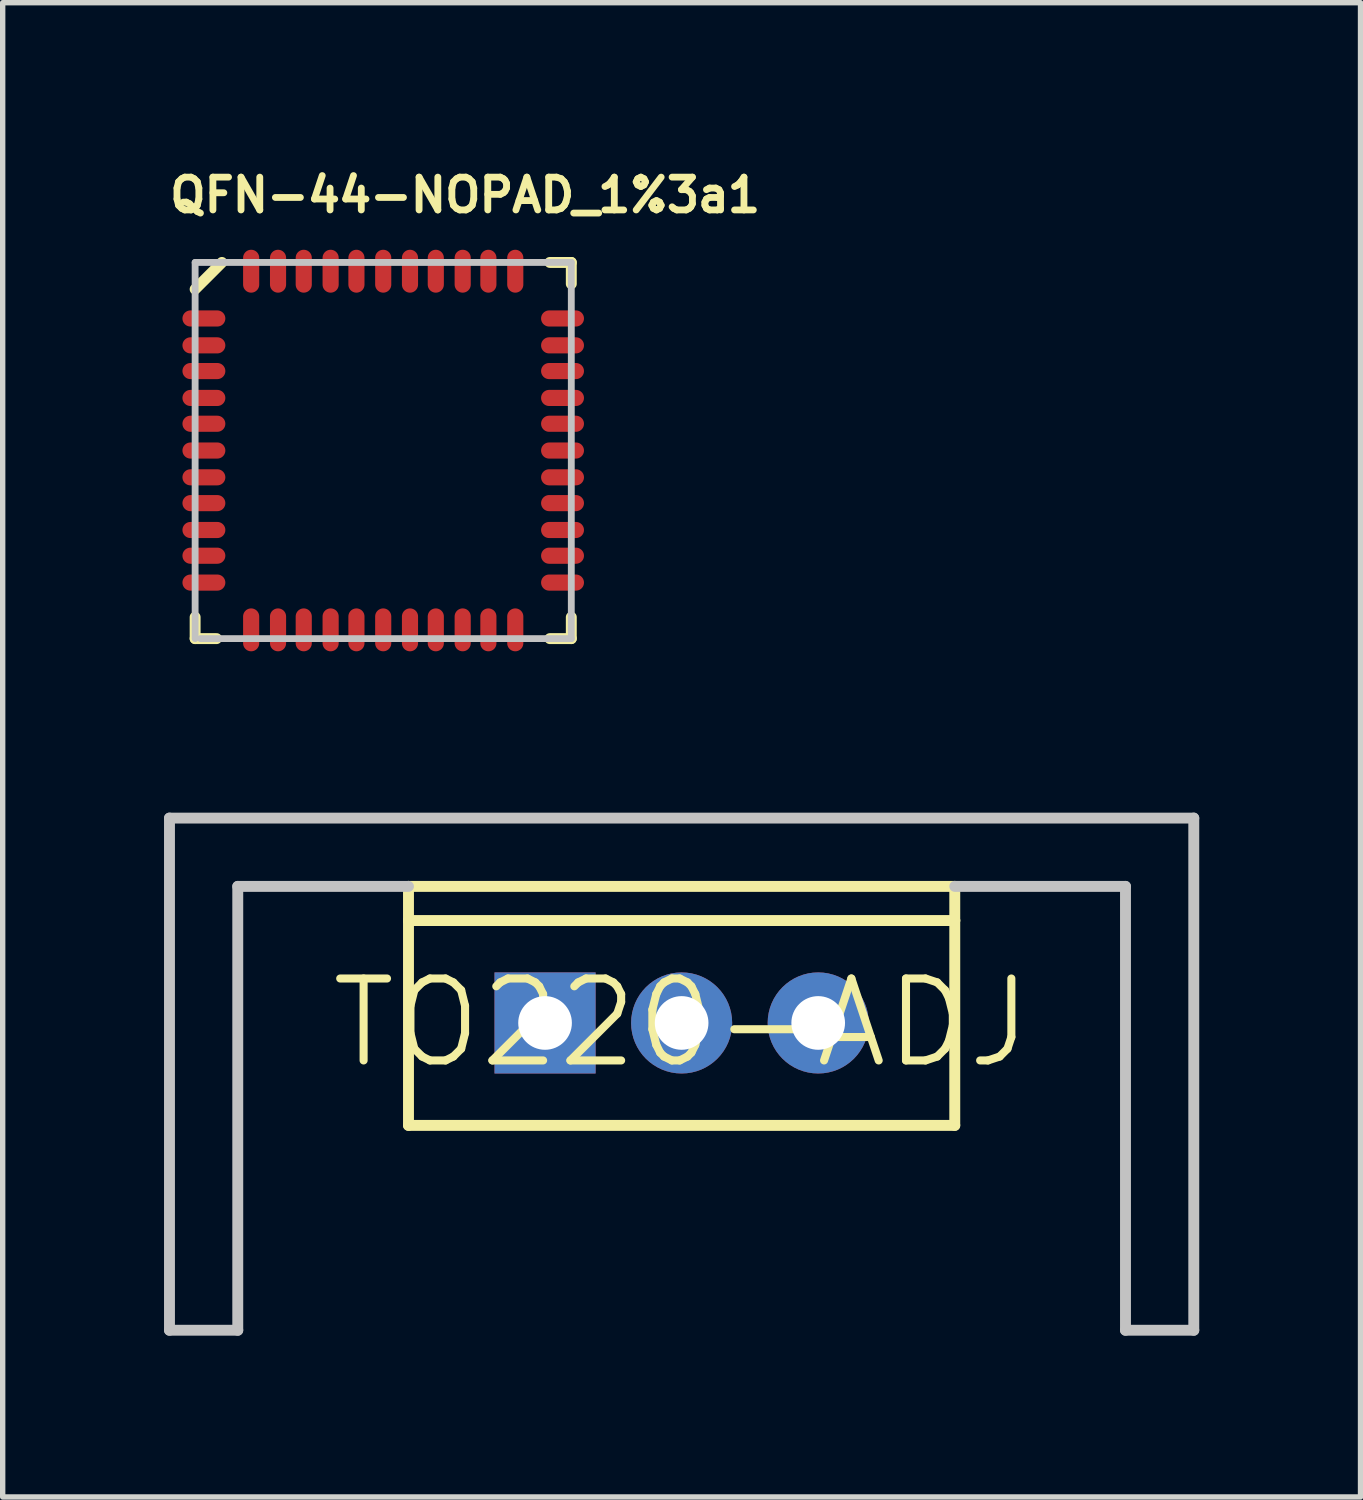
<source format=kicad_pcb>
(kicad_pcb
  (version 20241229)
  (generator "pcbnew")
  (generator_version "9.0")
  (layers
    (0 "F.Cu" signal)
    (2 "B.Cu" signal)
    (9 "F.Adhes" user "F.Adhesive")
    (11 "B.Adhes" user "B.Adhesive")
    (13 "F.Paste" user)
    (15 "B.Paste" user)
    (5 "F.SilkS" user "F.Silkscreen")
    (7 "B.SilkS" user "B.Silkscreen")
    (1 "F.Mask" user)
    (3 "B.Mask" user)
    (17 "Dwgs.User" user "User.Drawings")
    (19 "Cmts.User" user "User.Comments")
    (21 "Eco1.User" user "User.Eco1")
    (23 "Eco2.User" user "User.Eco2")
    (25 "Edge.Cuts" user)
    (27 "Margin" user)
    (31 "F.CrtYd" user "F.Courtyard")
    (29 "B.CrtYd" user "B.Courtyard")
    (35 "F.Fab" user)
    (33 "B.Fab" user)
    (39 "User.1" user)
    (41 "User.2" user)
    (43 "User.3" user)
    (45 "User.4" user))
  (footprint "QFN-44-NOPAD_1%3a1"
    (layer "F.Cu")
    (at 4.077 5.329)
    (property "Reference" "QFN-44-NOPAD_1%3a1" (at 1.524 -4.75 0) (layer "F.SilkS") (effects (font (size 0.61 0.61) (thickness 0.127))))
    (attr smd)
    (fp_line (start -3.498 3.498) (end -3.498 3.099) (stroke (width 0.203) (type solid)) (layer "F.SilkS"))
    (fp_line (start -3.099 3.498) (end -3.498 3.498) (stroke (width 0.203) (type solid)) (layer "F.SilkS"))
    (fp_line (start -3 -3.498) (end -3.498 -3) (stroke (width 0.203) (type solid)) (layer "F.SilkS"))
    (fp_line (start 3.099 3.498) (end 3.498 3.498) (stroke (width 0.203) (type solid)) (layer "F.SilkS"))
    (fp_line (start 3.498 -3.498) (end 3.099 -3.498) (stroke (width 0.203) (type solid)) (layer "F.SilkS"))
    (fp_line (start 3.498 -3.099) (end 3.498 -3.498) (stroke (width 0.203) (type solid)) (layer "F.SilkS"))
    (fp_line (start 3.498 3.099) (end 3.498 3.498) (stroke (width 0.203) (type solid)) (layer "F.SilkS"))
    (fp_line (start -3.498 -3.498) (end -3.498 3.498) (stroke (width 0.127) (type solid)) (layer "Dwgs.User"))
    (fp_line (start -3.399 3.498) (end 3.498 3.498) (stroke (width 0.127) (type solid)) (layer "Dwgs.User"))
    (fp_line (start 3.498 -3.498) (end -3.498 -3.498) (stroke (width 0.127) (type solid)) (layer "Dwgs.User"))
    (fp_line (start 3.498 3.498) (end 3.498 -3.498) (stroke (width 0.127) (type solid)) (layer "Dwgs.User"))
    (pad "1" smd oval (at -3.335 -2.456 180) (size 0.798 0.3) (layers "F.Cu" "F.Mask" "F.Paste"))
    (pad "2" smd oval (at -3.335 -1.956 180) (size 0.798 0.3) (layers "F.Cu" "F.Mask" "F.Paste"))
    (pad "3" smd oval (at -3.335 -1.478 180) (size 0.798 0.3) (layers "F.Cu" "F.Mask" "F.Paste"))
    (pad "4" smd oval (at -3.335 -0.978 180) (size 0.798 0.3) (layers "F.Cu" "F.Mask" "F.Paste"))
    (pad "5" smd oval (at -3.335 -0.498 180) (size 0.798 0.3) (layers "F.Cu" "F.Mask" "F.Paste"))
    (pad "6" smd oval (at -3.335 0 180) (size 0.798 0.3) (layers "F.Cu" "F.Mask" "F.Paste"))
    (pad "7" smd oval (at -3.335 0.498) (size 0.798 0.3) (layers "F.Cu" "F.Mask" "F.Paste"))
    (pad "8" smd oval (at -3.335 0.978) (size 0.798 0.3) (layers "F.Cu" "F.Mask" "F.Paste"))
    (pad "9" smd oval (at -3.335 1.478) (size 0.798 0.3) (layers "F.Cu" "F.Mask" "F.Paste"))
    (pad "10" smd oval (at -3.335 1.956) (size 0.798 0.3) (layers "F.Cu" "F.Mask" "F.Paste"))
    (pad "11" smd oval (at -3.335 2.456) (size 0.798 0.3) (layers "F.Cu" "F.Mask" "F.Paste"))
    (pad "12" smd oval (at -2.456 3.335 270) (size 0.798 0.3) (layers "F.Cu" "F.Mask" "F.Paste"))
    (pad "13" smd oval (at -1.956 3.335 270) (size 0.798 0.3) (layers "F.Cu" "F.Mask" "F.Paste"))
    (pad "14" smd oval (at -1.478 3.335 270) (size 0.798 0.3) (layers "F.Cu" "F.Mask" "F.Paste"))
    (pad "15" smd oval (at -0.978 3.335 270) (size 0.798 0.3) (layers "F.Cu" "F.Mask" "F.Paste"))
    (pad "16" smd oval (at -0.498 3.335 270) (size 0.798 0.3) (layers "F.Cu" "F.Mask" "F.Paste"))
    (pad "17" smd oval (at 0 3.335 270) (size 0.798 0.3) (layers "F.Cu" "F.Mask" "F.Paste"))
    (pad "18" smd oval (at 0.498 3.335 90) (size 0.798 0.3) (layers "F.Cu" "F.Mask" "F.Paste"))
    (pad "19" smd oval (at 0.978 3.335 90) (size 0.798 0.3) (layers "F.Cu" "F.Mask" "F.Paste"))
    (pad "20" smd oval (at 1.478 3.335 90) (size 0.798 0.3) (layers "F.Cu" "F.Mask" "F.Paste"))
    (pad "21" smd oval (at 1.956 3.335 90) (size 0.798 0.3) (layers "F.Cu" "F.Mask" "F.Paste"))
    (pad "22" smd oval (at 2.456 3.335 90) (size 0.798 0.3) (layers "F.Cu" "F.Mask" "F.Paste"))
    (pad "23" smd oval (at 3.335 2.456) (size 0.798 0.3) (layers "F.Cu" "F.Mask" "F.Paste"))
    (pad "24" smd oval (at 3.335 1.956) (size 0.798 0.3) (layers "F.Cu" "F.Mask" "F.Paste"))
    (pad "25" smd oval (at 3.335 1.478) (size 0.798 0.3) (layers "F.Cu" "F.Mask" "F.Paste"))
    (pad "26" smd oval (at 3.335 0.978) (size 0.798 0.3) (layers "F.Cu" "F.Mask" "F.Paste"))
    (pad "27" smd oval (at 3.335 0.498) (size 0.798 0.3) (layers "F.Cu" "F.Mask" "F.Paste"))
    (pad "28" smd oval (at 3.335 0) (size 0.798 0.3) (layers "F.Cu" "F.Mask" "F.Paste"))
    (pad "29" smd oval (at 3.335 -0.498 180) (size 0.798 0.3) (layers "F.Cu" "F.Mask" "F.Paste"))
    (pad "30" smd oval (at 3.335 -0.978 180) (size 0.798 0.3) (layers "F.Cu" "F.Mask" "F.Paste"))
    (pad "31" smd oval (at 3.335 -1.478 180) (size 0.798 0.3) (layers "F.Cu" "F.Mask" "F.Paste"))
    (pad "32" smd oval (at 3.335 -1.956 180) (size 0.798 0.3) (layers "F.Cu" "F.Mask" "F.Paste"))
    (pad "33" smd oval (at 3.335 -2.456 180) (size 0.798 0.3) (layers "F.Cu" "F.Mask" "F.Paste"))
    (pad "34" smd oval (at 2.456 -3.335 90) (size 0.798 0.3) (layers "F.Cu" "F.Mask" "F.Paste"))
    (pad "35" smd oval (at 1.956 -3.335 90) (size 0.798 0.3) (layers "F.Cu" "F.Mask" "F.Paste"))
    (pad "36" smd oval (at 1.478 -3.335 90) (size 0.798 0.3) (layers "F.Cu" "F.Mask" "F.Paste"))
    (pad "37" smd oval (at 0.978 -3.335 90) (size 0.798 0.3) (layers "F.Cu" "F.Mask" "F.Paste"))
    (pad "38" smd oval (at 0.498 -3.335 90) (size 0.798 0.3) (layers "F.Cu" "F.Mask" "F.Paste"))
    (pad "39" smd oval (at 0 -3.335 90) (size 0.798 0.3) (layers "F.Cu" "F.Mask" "F.Paste"))
    (pad "40" smd oval (at -0.498 -3.335 270) (size 0.798 0.3) (layers "F.Cu" "F.Mask" "F.Paste"))
    (pad "41" smd oval (at -0.978 -3.335 270) (size 0.798 0.3) (layers "F.Cu" "F.Mask" "F.Paste"))
    (pad "42" smd oval (at -1.478 -3.335 270) (size 0.798 0.3) (layers "F.Cu" "F.Mask" "F.Paste"))
    (pad "43" smd oval (at -1.956 -3.335 270) (size 0.798 0.3) (layers "F.Cu" "F.Mask" "F.Paste"))
    (pad "44" smd oval (at -2.456 -3.335 270) (size 0.798 0.3) (layers "F.Cu" "F.Mask" "F.Paste")))
  (footprint "TO220-ADJ"
    (layer "F.Cu")
    (at 9.627 15.975)
    (property "Reference" "TO220-ADJ" (at 0 0 0) (layer "F.SilkS") (effects (font (size 1.524 1.524) (thickness 0.15))))
    (attr exclude_from_pos_files exclude_from_bom)
    (fp_line (start -5.08 -2.54) (end 5.08 -2.54) (stroke (width 0.203) (type solid)) (layer "F.SilkS"))
    (fp_line (start -5.08 -1.905) (end -5.08 -2.54) (stroke (width 0.203) (type solid)) (layer "F.SilkS"))
    (fp_line (start -5.08 1.905) (end -5.08 -1.905) (stroke (width 0.203) (type solid)) (layer "F.SilkS"))
    (fp_line (start 5.08 -2.54) (end 5.08 -1.905) (stroke (width 0.203) (type solid)) (layer "F.SilkS"))
    (fp_line (start 5.08 -1.905) (end -5.08 -1.905) (stroke (width 0.203) (type solid)) (layer "F.SilkS"))
    (fp_line (start 5.08 -1.905) (end 5.08 1.905) (stroke (width 0.203) (type solid)) (layer "F.SilkS"))
    (fp_line (start 5.08 1.905) (end -5.08 1.905) (stroke (width 0.203) (type solid)) (layer "F.SilkS"))
    (fp_line (start -9.525 -3.81) (end -9.525 5.715) (stroke (width 0.203) (type solid)) (layer "Dwgs.User"))
    (fp_line (start -9.525 5.715) (end -8.255 5.715) (stroke (width 0.203) (type solid)) (layer "Dwgs.User"))
    (fp_line (start -8.255 -2.54) (end -5.08 -2.54) (stroke (width 0.203) (type solid)) (layer "Dwgs.User"))
    (fp_line (start -8.255 5.715) (end -8.255 -2.54) (stroke (width 0.203) (type solid)) (layer "Dwgs.User"))
    (fp_line (start 5.08 -2.54) (end 8.255 -2.54) (stroke (width 0.203) (type solid)) (layer "Dwgs.User"))
    (fp_line (start 8.255 -2.54) (end 8.255 5.715) (stroke (width 0.203) (type solid)) (layer "Dwgs.User"))
    (fp_line (start 8.255 5.715) (end 9.525 5.715) (stroke (width 0.203) (type solid)) (layer "Dwgs.User"))
    (fp_line (start 9.525 -3.81) (end -9.525 -3.81) (stroke (width 0.203) (type solid)) (layer "Dwgs.User"))
    (fp_line (start 9.525 5.715) (end 9.525 -3.81) (stroke (width 0.203) (type solid)) (layer "Dwgs.User"))
    (pad "ADJ" thru_hole rect (at -2.54 0) (size 1.88 1.88) (drill 0.998) (layers "*.Cu" "*.Paste" "*.Mask"))
    (pad "IN" thru_hole circle (at 2.54 0) (size 1.88 1.88) (drill 0.998) (layers "*.Cu" "*.Paste" "*.Mask"))
    (pad "OUT" thru_hole circle (at 0 0) (size 1.88 1.88) (drill 0.998) (layers "*.Cu" "*.Paste" "*.Mask")))
  (gr_rect
    (start -3 -3)
    (end 22.253 24.791)
    (stroke (width 0.1) (type default))
    (fill no)
    (layer "Edge.Cuts")))
</source>
